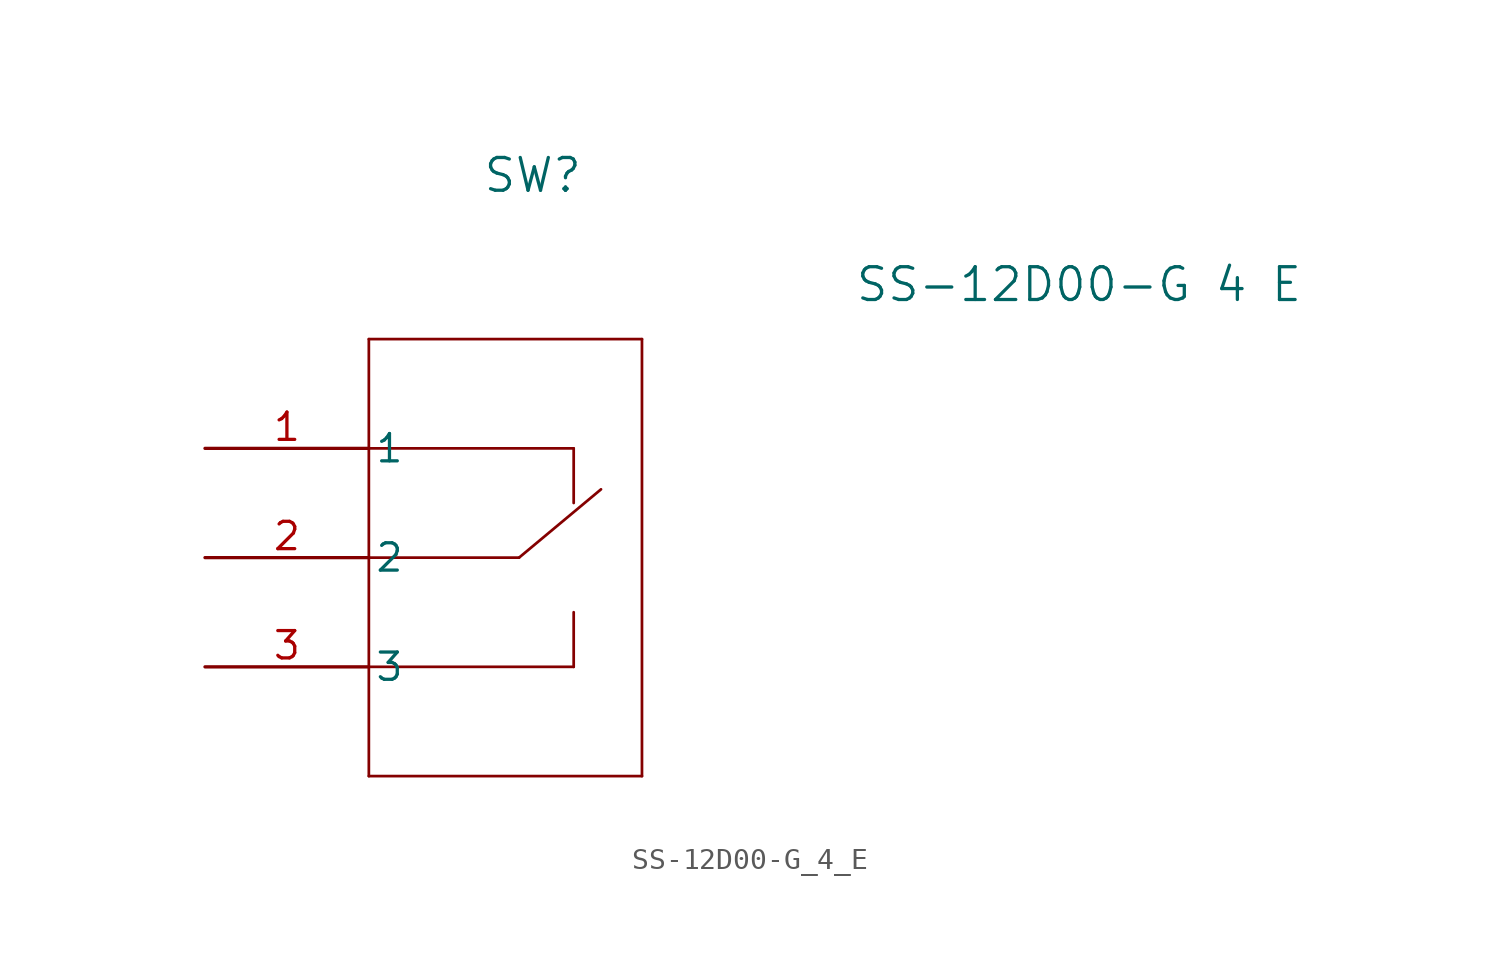
<source format=kicad_sym>
(kicad_symbol_lib
  (version 20241209)
  (generator "kicad_symbol_editor")
  (generator_version "9.0")
  (symbol "SS-12D00-G_4_E"
    (pin_names
      (offset 0.254))
    (property "Reference" "SW"
      (at 15.24 12.7 0)
      (effects (font (size 1.524 1.524))))
    (property "Value" "SS-12D00-G 4 E"
      (at 40.64 7.62 0)
      (effects (font (size 1.524 1.524))))
    (property "ki_locked" ""
      (at 0 0 0)
      (effects (font (size 1.27 1.27))))
    (symbol "SS-12D00-G_4_E_0_1"
      (polyline (pts (xy 7.62 5.08) (xy 7.62 -15.24)) (stroke (width 0.127) (type default)) (fill (type none)))
      (polyline (pts (xy 7.62 0) (xy 17.145 0)) (stroke (width 0.127) (type default)) (fill (type none)))
      (polyline (pts (xy 7.62 -5.08) (xy 14.605 -5.08)) (stroke (width 0.127) (type default)) (fill (type none)))
      (polyline (pts (xy 7.62 -10.16) (xy 17.145 -10.16)) (stroke (width 0.127) (type default)) (fill (type none)))
      (polyline (pts (xy 7.62 -15.24) (xy 20.32 -15.24)) (stroke (width 0.127) (type default)) (fill (type none)))
      (polyline (pts (xy 14.605 -5.08) (xy 18.415 -1.905)) (stroke (width 0.127) (type default)) (fill (type none)))
      (polyline (pts (xy 17.145 -2.54) (xy 17.145 0)) (stroke (width 0.127) (type default)) (fill (type none)))
      (polyline (pts (xy 17.145 -7.62) (xy 17.145 -10.16)) (stroke (width 0.127) (type default)) (fill (type none)))
      (polyline (pts (xy 20.32 5.08) (xy 7.62 5.08)) (stroke (width 0.127) (type default)) (fill (type none)))
      (polyline (pts (xy 20.32 -15.24) (xy 20.32 5.08)) (stroke (width 0.127) (type default)) (fill (type none)))
      (pin unspecified line (at 0 0 0) (length 7.62) (name "1" (effects (font (size 1.27 1.27)))) (number "1" (effects (font (size 1.27 1.27)))))
      (pin unspecified line (at 0 -5.08 0) (length 7.62) (name "2" (effects (font (size 1.27 1.27)))) (number "2" (effects (font (size 1.27 1.27)))))
      (pin unspecified line (at 0 -10.16 0) (length 7.62) (name "3" (effects (font (size 1.27 1.27)))) (number "3" (effects (font (size 1.27 1.27))))))))
</source>
